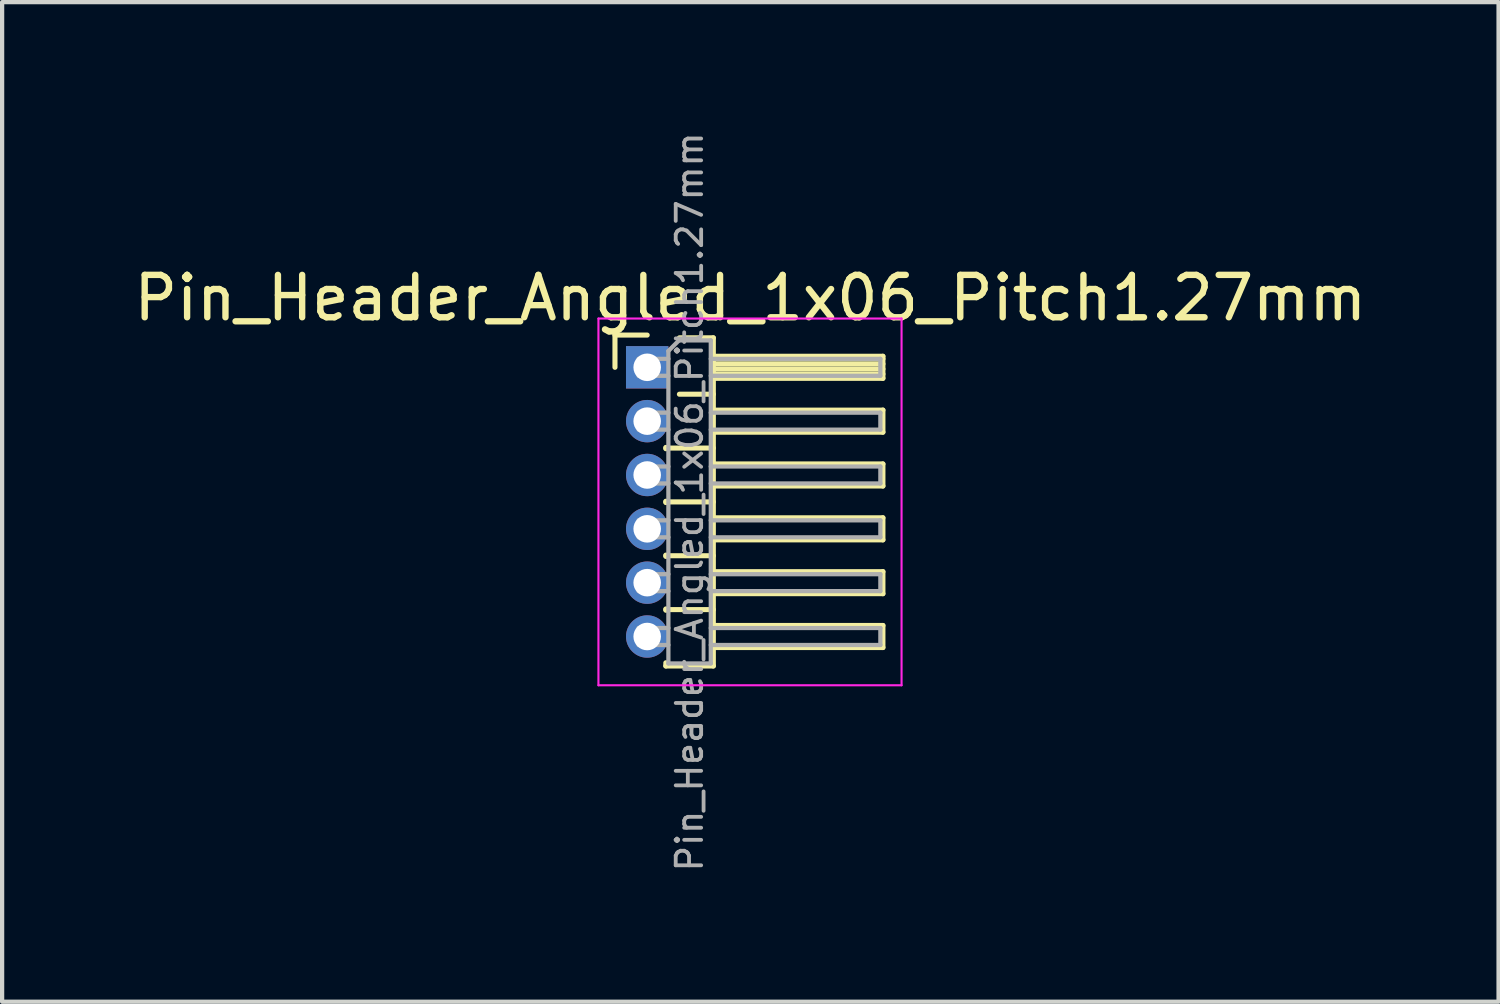
<source format=kicad_pcb>
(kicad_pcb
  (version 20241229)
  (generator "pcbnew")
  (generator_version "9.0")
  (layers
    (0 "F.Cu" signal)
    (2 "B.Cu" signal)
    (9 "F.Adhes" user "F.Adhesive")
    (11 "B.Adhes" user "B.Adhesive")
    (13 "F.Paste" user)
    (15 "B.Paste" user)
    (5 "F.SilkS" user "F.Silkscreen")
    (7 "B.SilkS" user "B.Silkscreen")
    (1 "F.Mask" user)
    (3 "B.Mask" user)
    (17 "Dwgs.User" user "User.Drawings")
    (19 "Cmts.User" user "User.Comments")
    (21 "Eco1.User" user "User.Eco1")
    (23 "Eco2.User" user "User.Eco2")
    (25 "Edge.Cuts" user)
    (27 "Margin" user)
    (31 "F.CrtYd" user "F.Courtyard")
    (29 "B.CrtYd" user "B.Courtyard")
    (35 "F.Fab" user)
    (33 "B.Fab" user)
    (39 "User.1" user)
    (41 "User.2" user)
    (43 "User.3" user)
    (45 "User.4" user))
  (footprint "Pin_Header_Angled_1x06_Pitch1.27mm"
    (layer "F.Cu")
    (at 12.216 5.614)
    (property "Reference" "Pin_Header_Angled_1x06_Pitch1.27mm" (at 2.433 -1.635 0) (layer "F.SilkS") (effects (font (size 1 1) (thickness 0.15))))
    (attr through_hole)
    (fp_line (start -0.76 -0.76) (end 0 -0.76) (stroke (width 0.12) (type solid)) (layer "F.SilkS"))
    (fp_line (start -0.76 0) (end -0.76 -0.76) (stroke (width 0.12) (type solid)) (layer "F.SilkS"))
    (fp_line (start 0.44 1.89) (end 0.44 1.92) (stroke (width 0.12) (type solid)) (layer "F.SilkS"))
    (fp_line (start 0.44 1.905) (end 1.56 1.905) (stroke (width 0.12) (type solid)) (layer "F.SilkS"))
    (fp_line (start 0.44 3.16) (end 0.44 3.19) (stroke (width 0.12) (type solid)) (layer "F.SilkS"))
    (fp_line (start 0.44 3.175) (end 1.56 3.175) (stroke (width 0.12) (type solid)) (layer "F.SilkS"))
    (fp_line (start 0.44 4.43) (end 0.44 4.46) (stroke (width 0.12) (type solid)) (layer "F.SilkS"))
    (fp_line (start 0.44 4.445) (end 1.56 4.445) (stroke (width 0.12) (type solid)) (layer "F.SilkS"))
    (fp_line (start 0.44 5.7) (end 0.44 5.73) (stroke (width 0.12) (type solid)) (layer "F.SilkS"))
    (fp_line (start 0.44 5.715) (end 1.56 5.715) (stroke (width 0.12) (type solid)) (layer "F.SilkS"))
    (fp_line (start 0.44 7.045) (end 0.44 6.97) (stroke (width 0.12) (type solid)) (layer "F.SilkS"))
    (fp_line (start 0.76 -0.695) (end 1.56 -0.695) (stroke (width 0.12) (type solid)) (layer "F.SilkS"))
    (fp_line (start 0.76 0.635) (end 1.56 0.635) (stroke (width 0.12) (type solid)) (layer "F.SilkS"))
    (fp_line (start 1.56 -0.695) (end 1.56 7.045) (stroke (width 0.12) (type solid)) (layer "F.SilkS"))
    (fp_line (start 1.56 -0.26) (end 5.56 -0.26) (stroke (width 0.12) (type solid)) (layer "F.SilkS"))
    (fp_line (start 1.56 -0.2) (end 5.56 -0.2) (stroke (width 0.12) (type solid)) (layer "F.SilkS"))
    (fp_line (start 1.56 -0.08) (end 5.56 -0.08) (stroke (width 0.12) (type solid)) (layer "F.SilkS"))
    (fp_line (start 1.56 0.04) (end 5.56 0.04) (stroke (width 0.12) (type solid)) (layer "F.SilkS"))
    (fp_line (start 1.56 0.16) (end 5.56 0.16) (stroke (width 0.12) (type solid)) (layer "F.SilkS"))
    (fp_line (start 1.56 1.01) (end 5.56 1.01) (stroke (width 0.12) (type solid)) (layer "F.SilkS"))
    (fp_line (start 1.56 2.28) (end 5.56 2.28) (stroke (width 0.12) (type solid)) (layer "F.SilkS"))
    (fp_line (start 1.56 3.55) (end 5.56 3.55) (stroke (width 0.12) (type solid)) (layer "F.SilkS"))
    (fp_line (start 1.56 4.82) (end 5.56 4.82) (stroke (width 0.12) (type solid)) (layer "F.SilkS"))
    (fp_line (start 1.56 6.09) (end 5.56 6.09) (stroke (width 0.12) (type solid)) (layer "F.SilkS"))
    (fp_line (start 1.56 7.045) (end 0.44 7.045) (stroke (width 0.12) (type solid)) (layer "F.SilkS"))
    (fp_line (start 5.56 -0.26) (end 5.56 0.26) (stroke (width 0.12) (type solid)) (layer "F.SilkS"))
    (fp_line (start 5.56 0.26) (end 1.56 0.26) (stroke (width 0.12) (type solid)) (layer "F.SilkS"))
    (fp_line (start 5.56 1.01) (end 5.56 1.53) (stroke (width 0.12) (type solid)) (layer "F.SilkS"))
    (fp_line (start 5.56 1.53) (end 1.56 1.53) (stroke (width 0.12) (type solid)) (layer "F.SilkS"))
    (fp_line (start 5.56 2.28) (end 5.56 2.8) (stroke (width 0.12) (type solid)) (layer "F.SilkS"))
    (fp_line (start 5.56 2.8) (end 1.56 2.8) (stroke (width 0.12) (type solid)) (layer "F.SilkS"))
    (fp_line (start 5.56 3.55) (end 5.56 4.07) (stroke (width 0.12) (type solid)) (layer "F.SilkS"))
    (fp_line (start 5.56 4.07) (end 1.56 4.07) (stroke (width 0.12) (type solid)) (layer "F.SilkS"))
    (fp_line (start 5.56 4.82) (end 5.56 5.34) (stroke (width 0.12) (type solid)) (layer "F.SilkS"))
    (fp_line (start 5.56 5.34) (end 1.56 5.34) (stroke (width 0.12) (type solid)) (layer "F.SilkS"))
    (fp_line (start 5.56 6.09) (end 5.56 6.61) (stroke (width 0.12) (type solid)) (layer "F.SilkS"))
    (fp_line (start 5.56 6.61) (end 1.56 6.61) (stroke (width 0.12) (type solid)) (layer "F.SilkS"))
    (fp_line (start -1.15 -1.15) (end -1.15 7.5) (stroke (width 0.05) (type solid)) (layer "F.CrtYd"))
    (fp_line (start -1.15 7.5) (end 6 7.5) (stroke (width 0.05) (type solid)) (layer "F.CrtYd"))
    (fp_line (start 6 -1.15) (end -1.15 -1.15) (stroke (width 0.05) (type solid)) (layer "F.CrtYd"))
    (fp_line (start 6 7.5) (end 6 -1.15) (stroke (width 0.05) (type solid)) (layer "F.CrtYd"))
    (fp_line (start -0.2 -0.2) (end -0.2 0.2) (stroke (width 0.1) (type solid)) (layer "F.Fab"))
    (fp_line (start -0.2 -0.2) (end 0.5 -0.2) (stroke (width 0.1) (type solid)) (layer "F.Fab"))
    (fp_line (start -0.2 0.2) (end 0.5 0.2) (stroke (width 0.1) (type solid)) (layer "F.Fab"))
    (fp_line (start -0.2 1.07) (end -0.2 1.47) (stroke (width 0.1) (type solid)) (layer "F.Fab"))
    (fp_line (start -0.2 1.07) (end 0.5 1.07) (stroke (width 0.1) (type solid)) (layer "F.Fab"))
    (fp_line (start -0.2 1.47) (end 0.5 1.47) (stroke (width 0.1) (type solid)) (layer "F.Fab"))
    (fp_line (start -0.2 2.34) (end -0.2 2.74) (stroke (width 0.1) (type solid)) (layer "F.Fab"))
    (fp_line (start -0.2 2.34) (end 0.5 2.34) (stroke (width 0.1) (type solid)) (layer "F.Fab"))
    (fp_line (start -0.2 2.74) (end 0.5 2.74) (stroke (width 0.1) (type solid)) (layer "F.Fab"))
    (fp_line (start -0.2 3.61) (end -0.2 4.01) (stroke (width 0.1) (type solid)) (layer "F.Fab"))
    (fp_line (start -0.2 3.61) (end 0.5 3.61) (stroke (width 0.1) (type solid)) (layer "F.Fab"))
    (fp_line (start -0.2 4.01) (end 0.5 4.01) (stroke (width 0.1) (type solid)) (layer "F.Fab"))
    (fp_line (start -0.2 4.88) (end -0.2 5.28) (stroke (width 0.1) (type solid)) (layer "F.Fab"))
    (fp_line (start -0.2 4.88) (end 0.5 4.88) (stroke (width 0.1) (type solid)) (layer "F.Fab"))
    (fp_line (start -0.2 5.28) (end 0.5 5.28) (stroke (width 0.1) (type solid)) (layer "F.Fab"))
    (fp_line (start -0.2 6.15) (end -0.2 6.55) (stroke (width 0.1) (type solid)) (layer "F.Fab"))
    (fp_line (start -0.2 6.15) (end 0.5 6.15) (stroke (width 0.1) (type solid)) (layer "F.Fab"))
    (fp_line (start -0.2 6.55) (end 0.5 6.55) (stroke (width 0.1) (type solid)) (layer "F.Fab"))
    (fp_line (start 0.5 -0.385) (end 0.75 -0.635) (stroke (width 0.1) (type solid)) (layer "F.Fab"))
    (fp_line (start 0.5 6.985) (end 0.5 -0.385) (stroke (width 0.1) (type solid)) (layer "F.Fab"))
    (fp_line (start 0.75 -0.635) (end 1.5 -0.635) (stroke (width 0.1) (type solid)) (layer "F.Fab"))
    (fp_line (start 1.5 -0.635) (end 1.5 6.985) (stroke (width 0.1) (type solid)) (layer "F.Fab"))
    (fp_line (start 1.5 -0.2) (end 5.5 -0.2) (stroke (width 0.1) (type solid)) (layer "F.Fab"))
    (fp_line (start 1.5 0.2) (end 5.5 0.2) (stroke (width 0.1) (type solid)) (layer "F.Fab"))
    (fp_line (start 1.5 1.07) (end 5.5 1.07) (stroke (width 0.1) (type solid)) (layer "F.Fab"))
    (fp_line (start 1.5 1.47) (end 5.5 1.47) (stroke (width 0.1) (type solid)) (layer "F.Fab"))
    (fp_line (start 1.5 2.34) (end 5.5 2.34) (stroke (width 0.1) (type solid)) (layer "F.Fab"))
    (fp_line (start 1.5 2.74) (end 5.5 2.74) (stroke (width 0.1) (type solid)) (layer "F.Fab"))
    (fp_line (start 1.5 3.61) (end 5.5 3.61) (stroke (width 0.1) (type solid)) (layer "F.Fab"))
    (fp_line (start 1.5 4.01) (end 5.5 4.01) (stroke (width 0.1) (type solid)) (layer "F.Fab"))
    (fp_line (start 1.5 4.88) (end 5.5 4.88) (stroke (width 0.1) (type solid)) (layer "F.Fab"))
    (fp_line (start 1.5 5.28) (end 5.5 5.28) (stroke (width 0.1) (type solid)) (layer "F.Fab"))
    (fp_line (start 1.5 6.15) (end 5.5 6.15) (stroke (width 0.1) (type solid)) (layer "F.Fab"))
    (fp_line (start 1.5 6.55) (end 5.5 6.55) (stroke (width 0.1) (type solid)) (layer "F.Fab"))
    (fp_line (start 1.5 6.985) (end 0.5 6.985) (stroke (width 0.1) (type solid)) (layer "F.Fab"))
    (fp_line (start 5.5 -0.2) (end 5.5 0.2) (stroke (width 0.1) (type solid)) (layer "F.Fab"))
    (fp_line (start 5.5 1.07) (end 5.5 1.47) (stroke (width 0.1) (type solid)) (layer "F.Fab"))
    (fp_line (start 5.5 2.34) (end 5.5 2.74) (stroke (width 0.1) (type solid)) (layer "F.Fab"))
    (fp_line (start 5.5 3.61) (end 5.5 4.01) (stroke (width 0.1) (type solid)) (layer "F.Fab"))
    (fp_line (start 5.5 4.88) (end 5.5 5.28) (stroke (width 0.1) (type solid)) (layer "F.Fab"))
    (fp_line (start 5.5 6.15) (end 5.5 6.55) (stroke (width 0.1) (type solid)) (layer "F.Fab"))
    (fp_text user "${REFERENCE}" (at 1 3.175 90) (layer "F.Fab") (effects (font (size 0.6 0.6) (thickness 0.09))))
    (pad "1" thru_hole rect (at 0 0) (size 1 1) (drill 0.65) (layers "*.Cu" "*.Mask"))
    (pad "2" thru_hole oval (at 0 1.27) (size 1 1) (drill 0.65) (layers "*.Cu" "*.Mask"))
    (pad "3" thru_hole oval (at 0 2.54) (size 1 1) (drill 0.65) (layers "*.Cu" "*.Mask"))
    (pad "4" thru_hole oval (at 0 3.81) (size 1 1) (drill 0.65) (layers "*.Cu" "*.Mask"))
    (pad "5" thru_hole oval (at 0 5.08) (size 1 1) (drill 0.65) (layers "*.Cu" "*.Mask"))
    (pad "6" thru_hole oval (at 0 6.35) (size 1 1) (drill 0.65) (layers "*.Cu" "*.Mask")))
  (gr_rect
    (start -3 -3)
    (end 32.298 20.579)
    (stroke (width 0.1) (type default))
    (fill no)
    (layer "Edge.Cuts")))
</source>
